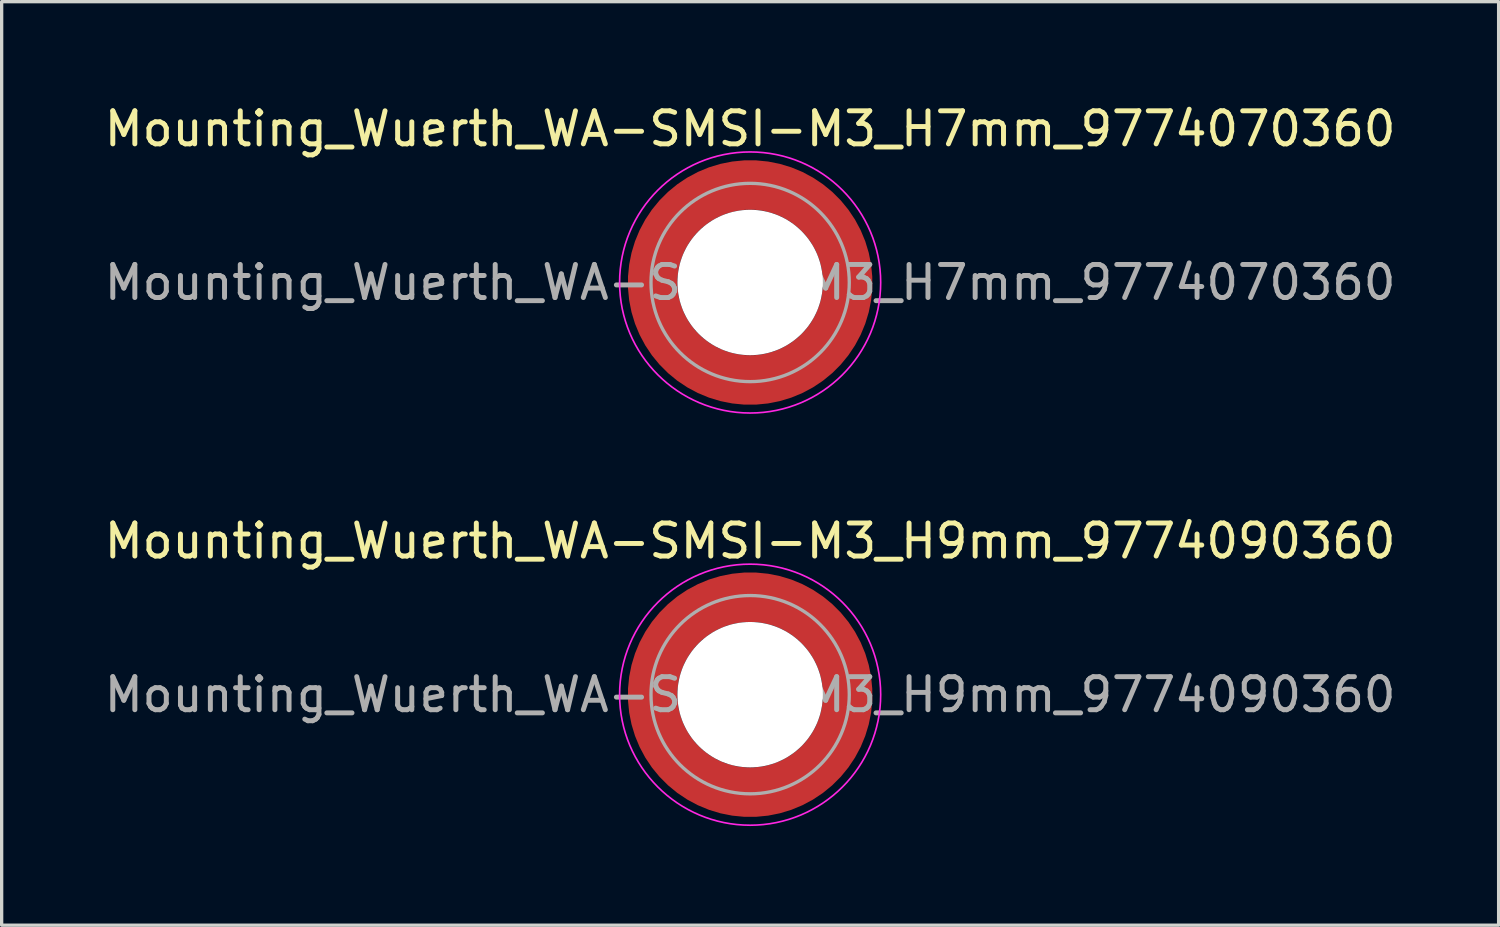
<source format=kicad_pcb>
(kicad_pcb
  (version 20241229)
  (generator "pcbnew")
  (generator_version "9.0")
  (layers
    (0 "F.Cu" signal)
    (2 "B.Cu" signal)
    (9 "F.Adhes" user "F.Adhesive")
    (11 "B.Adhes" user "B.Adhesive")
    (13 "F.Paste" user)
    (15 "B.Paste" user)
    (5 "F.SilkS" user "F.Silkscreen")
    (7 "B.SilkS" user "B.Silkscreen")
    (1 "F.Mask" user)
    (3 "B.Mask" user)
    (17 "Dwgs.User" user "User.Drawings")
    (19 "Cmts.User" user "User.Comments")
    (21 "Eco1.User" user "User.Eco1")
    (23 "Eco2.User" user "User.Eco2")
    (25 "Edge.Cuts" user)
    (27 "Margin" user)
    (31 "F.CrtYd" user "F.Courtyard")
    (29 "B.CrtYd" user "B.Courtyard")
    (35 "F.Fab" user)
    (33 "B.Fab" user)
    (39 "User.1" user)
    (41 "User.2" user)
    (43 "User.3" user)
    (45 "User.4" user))
  (footprint "Mounting_Wuerth_WA-SMSI-M3_H7mm_9774070360"
    (layer "F.Cu")
    (at 19.649 5.498)
    (property "Reference" "Mounting_Wuerth_WA-SMSI-M3_H7mm_9774070360" (at 0 -4.65 0) (layer "F.SilkS") (effects (font (size 1 1) (thickness 0.15))))
    (attr smd)
    (fp_circle (center 0 0) (end 3.95 0) (stroke (width 0.05) (type solid)) (fill no) (layer "F.CrtYd"))
    (fp_circle (center 0 0) (end 3 0) (stroke (width 0.1) (type solid)) (fill no) (layer "F.Fab"))
    (fp_text user "${REFERENCE}" (at 0 0 0) (layer "F.Fab") (effects (font (size 1 1) (thickness 0.15))))
    (pad "" smd custom (at -2.058 -2.058) (size 0.7 0.7) (layers "F.Paste") (options (anchor circle)) (primitives (gr_arc (start -0.377294 1.707681) (mid 0.318198 0.318198) (end 1.707681 -0.377294) (width 0.2)) (gr_arc (start -0.478281 1.707681) (mid 0.247487 0.247487) (end 1.707681 -0.478281) (width 0.2)) (gr_arc (start -0.579192 1.707681) (mid 0.176777 0.176777) (end 1.707681 -0.579192) (width 0.2)) (gr_arc (start -0.680037 1.707681) (mid 0.106066 0.106066) (end 1.707681 -0.680037) (width 0.2)) (gr_arc (start -0.780822 1.707681) (mid 0.035356 0.035356) (end 1.707681 -0.780822) (width 0.2)) (gr_arc (start -0.881554 1.707681) (mid -0.035355 -0.035355) (end 1.707681 -0.881554) (width 0.2)) (gr_arc (start -0.982237 1.707681) (mid -0.106066 -0.106066) (end 1.707681 -0.982237) (width 0.2)) (gr_arc (start -1.082877 1.707681) (mid -0.176777 -0.176777) (end 1.707681 -1.082877) (width 0.2)) (gr_arc (start -1.183476 1.707681) (mid -0.247487 -0.247487) (end 1.707681 -1.183476) (width 0.2)) (gr_arc (start -1.28404 1.707681) (mid -0.318198 -0.318198) (end 1.707681 -1.28404) (width 0.2)) (gr_line (start 1.708 -0.377) (end 1.708 -1.284) (width 0.2)) (gr_line (start -0.377 1.708) (end -1.284 1.708) (width 0.2))))
    (pad "" smd custom (at -2.058 2.058) (size 0.7 0.7) (layers "F.Paste") (options (anchor circle)) (primitives (gr_arc (start 1.707681 0.377294) (mid 0.318198 -0.318198) (end -0.377294 -1.707681) (width 0.2)) (gr_arc (start 1.707681 0.478281) (mid 0.247487 -0.247487) (end -0.478281 -1.707681) (width 0.2)) (gr_arc (start 1.707681 0.579192) (mid 0.176777 -0.176777) (end -0.579192 -1.707681) (width 0.2)) (gr_arc (start 1.707681 0.680037) (mid 0.106066 -0.106066) (end -0.680037 -1.707681) (width 0.2)) (gr_arc (start 1.707681 0.780822) (mid 0.035356 -0.035356) (end -0.780822 -1.707681) (width 0.2)) (gr_arc (start 1.707681 0.881554) (mid -0.035355 0.035355) (end -0.881554 -1.707681) (width 0.2)) (gr_arc (start 1.707681 0.982237) (mid -0.106066 0.106066) (end -0.982237 -1.707681) (width 0.2)) (gr_arc (start 1.707681 1.082877) (mid -0.176777 0.176777) (end -1.082877 -1.707681) (width 0.2)) (gr_arc (start 1.707681 1.183476) (mid -0.247487 0.247487) (end -1.183476 -1.707681) (width 0.2)) (gr_arc (start 1.707681 1.28404) (mid -0.318198 0.318198) (end -1.28404 -1.707681) (width 0.2)) (gr_line (start -0.377 -1.708) (end -1.284 -1.708) (width 0.2)) (gr_line (start 1.708 0.377) (end 1.708 1.284) (width 0.2))))
    (pad "" np_thru_hole circle (at 0 0) (size 4.4 4.4) (drill 4.4) (layers "*.Cu" "*.Mask"))
    (pad "" smd custom (at 2.058 -2.058) (size 0.7 0.7) (layers "F.Paste") (options (anchor circle)) (primitives (gr_arc (start -1.707681 -0.377294) (mid -0.318198 0.318198) (end 0.377294 1.707681) (width 0.2)) (gr_arc (start -1.707681 -0.478281) (mid -0.247487 0.247487) (end 0.478281 1.707681) (width 0.2)) (gr_arc (start -1.707681 -0.579192) (mid -0.176777 0.176777) (end 0.579192 1.707681) (width 0.2)) (gr_arc (start -1.707681 -0.680037) (mid -0.106066 0.106066) (end 0.680037 1.707681) (width 0.2)) (gr_arc (start -1.707681 -0.780822) (mid -0.035356 0.035356) (end 0.780822 1.707681) (width 0.2)) (gr_arc (start -1.707681 -0.881554) (mid 0.035355 -0.035355) (end 0.881554 1.707681) (width 0.2)) (gr_arc (start -1.707681 -0.982237) (mid 0.106066 -0.106066) (end 0.982237 1.707681) (width 0.2)) (gr_arc (start -1.707681 -1.082877) (mid 0.176777 -0.176777) (end 1.082877 1.707681) (width 0.2)) (gr_arc (start -1.707681 -1.183476) (mid 0.247487 -0.247487) (end 1.183476 1.707681) (width 0.2)) (gr_arc (start -1.707681 -1.28404) (mid 0.318198 -0.318198) (end 1.28404 1.707681) (width 0.2)) (gr_line (start 0.377 1.708) (end 1.284 1.708) (width 0.2)) (gr_line (start -1.708 -0.377) (end -1.708 -1.284) (width 0.2))))
    (pad "" smd custom (at 2.058 2.058) (size 0.7 0.7) (layers "F.Paste") (options (anchor circle)) (primitives (gr_arc (start 0.377294 -1.707681) (mid -0.318198 -0.318198) (end -1.707681 0.377294) (width 0.2)) (gr_arc (start 0.478281 -1.707681) (mid -0.247487 -0.247487) (end -1.707681 0.478281) (width 0.2)) (gr_arc (start 0.579192 -1.707681) (mid -0.176777 -0.176777) (end -1.707681 0.579192) (width 0.2)) (gr_arc (start 0.680037 -1.707681) (mid -0.106066 -0.106066) (end -1.707681 0.680037) (width 0.2)) (gr_arc (start 0.780822 -1.707681) (mid -0.035356 -0.035356) (end -1.707681 0.780822) (width 0.2)) (gr_arc (start 0.881554 -1.707681) (mid 0.035355 0.035355) (end -1.707681 0.881554) (width 0.2)) (gr_arc (start 0.982237 -1.707681) (mid 0.106066 0.106066) (end -1.707681 0.982237) (width 0.2)) (gr_arc (start 1.082877 -1.707681) (mid 0.176777 0.176777) (end -1.707681 1.082877) (width 0.2)) (gr_arc (start 1.183476 -1.707681) (mid 0.247487 0.247487) (end -1.707681 1.183476) (width 0.2)) (gr_arc (start 1.28404 -1.707681) (mid 0.318198 0.318198) (end -1.707681 1.28404) (width 0.2)) (gr_line (start -1.708 0.377) (end -1.708 1.284) (width 0.2)) (gr_line (start 0.377 -1.708) (end 1.284 -1.708) (width 0.2))))
    (pad "1" smd circle (at -2.95 0) (size 1.1 1.1) (layers "F.Cu"))
    (pad "1" smd circle (at 0 -2.95) (size 1.1 1.1) (layers "F.Cu"))
    (pad "1" smd circle (at 0 2.95) (size 1.1 1.1) (layers "F.Cu"))
    (pad "1" smd custom (at 2.95 0) (size 1.1 1.1) (layers "F.Cu" "F.Mask") (options (anchor circle)) (primitives (gr_circle (center -2.95 0) (end 0 0) (width 1.5) (fill no)))))
  (footprint "Mounting_Wuerth_WA-SMSI-M3_H9mm_9774090360"
    (layer "F.Cu")
    (at 19.649 17.971)
    (property "Reference" "Mounting_Wuerth_WA-SMSI-M3_H9mm_9774090360" (at 0 -4.65 0) (layer "F.SilkS") (effects (font (size 1 1) (thickness 0.15))))
    (attr smd)
    (fp_circle (center 0 0) (end 3.95 0) (stroke (width 0.05) (type solid)) (fill no) (layer "F.CrtYd"))
    (fp_circle (center 0 0) (end 3 0) (stroke (width 0.1) (type solid)) (fill no) (layer "F.Fab"))
    (fp_text user "${REFERENCE}" (at 0 0 0) (layer "F.Fab") (effects (font (size 1 1) (thickness 0.15))))
    (pad "" smd custom (at -2.058 -2.058) (size 0.7 0.7) (layers "F.Paste") (options (anchor circle)) (primitives (gr_arc (start -0.377294 1.707681) (mid 0.318198 0.318198) (end 1.707681 -0.377294) (width 0.2)) (gr_arc (start -0.478281 1.707681) (mid 0.247487 0.247487) (end 1.707681 -0.478281) (width 0.2)) (gr_arc (start -0.579192 1.707681) (mid 0.176777 0.176777) (end 1.707681 -0.579192) (width 0.2)) (gr_arc (start -0.680037 1.707681) (mid 0.106066 0.106066) (end 1.707681 -0.680037) (width 0.2)) (gr_arc (start -0.780822 1.707681) (mid 0.035356 0.035356) (end 1.707681 -0.780822) (width 0.2)) (gr_arc (start -0.881554 1.707681) (mid -0.035355 -0.035355) (end 1.707681 -0.881554) (width 0.2)) (gr_arc (start -0.982237 1.707681) (mid -0.106066 -0.106066) (end 1.707681 -0.982237) (width 0.2)) (gr_arc (start -1.082877 1.707681) (mid -0.176777 -0.176777) (end 1.707681 -1.082877) (width 0.2)) (gr_arc (start -1.183476 1.707681) (mid -0.247487 -0.247487) (end 1.707681 -1.183476) (width 0.2)) (gr_arc (start -1.28404 1.707681) (mid -0.318198 -0.318198) (end 1.707681 -1.28404) (width 0.2)) (gr_line (start 1.708 -0.377) (end 1.708 -1.284) (width 0.2)) (gr_line (start -0.377 1.708) (end -1.284 1.708) (width 0.2))))
    (pad "" smd custom (at -2.058 2.058) (size 0.7 0.7) (layers "F.Paste") (options (anchor circle)) (primitives (gr_arc (start 1.707681 0.377294) (mid 0.318198 -0.318198) (end -0.377294 -1.707681) (width 0.2)) (gr_arc (start 1.707681 0.478281) (mid 0.247487 -0.247487) (end -0.478281 -1.707681) (width 0.2)) (gr_arc (start 1.707681 0.579192) (mid 0.176777 -0.176777) (end -0.579192 -1.707681) (width 0.2)) (gr_arc (start 1.707681 0.680037) (mid 0.106066 -0.106066) (end -0.680037 -1.707681) (width 0.2)) (gr_arc (start 1.707681 0.780822) (mid 0.035356 -0.035356) (end -0.780822 -1.707681) (width 0.2)) (gr_arc (start 1.707681 0.881554) (mid -0.035355 0.035355) (end -0.881554 -1.707681) (width 0.2)) (gr_arc (start 1.707681 0.982237) (mid -0.106066 0.106066) (end -0.982237 -1.707681) (width 0.2)) (gr_arc (start 1.707681 1.082877) (mid -0.176777 0.176777) (end -1.082877 -1.707681) (width 0.2)) (gr_arc (start 1.707681 1.183476) (mid -0.247487 0.247487) (end -1.183476 -1.707681) (width 0.2)) (gr_arc (start 1.707681 1.28404) (mid -0.318198 0.318198) (end -1.28404 -1.707681) (width 0.2)) (gr_line (start -0.377 -1.708) (end -1.284 -1.708) (width 0.2)) (gr_line (start 1.708 0.377) (end 1.708 1.284) (width 0.2))))
    (pad "" np_thru_hole circle (at 0 0) (size 4.4 4.4) (drill 4.4) (layers "*.Cu" "*.Mask"))
    (pad "" smd custom (at 2.058 -2.058) (size 0.7 0.7) (layers "F.Paste") (options (anchor circle)) (primitives (gr_arc (start -1.707681 -0.377294) (mid -0.318198 0.318198) (end 0.377294 1.707681) (width 0.2)) (gr_arc (start -1.707681 -0.478281) (mid -0.247487 0.247487) (end 0.478281 1.707681) (width 0.2)) (gr_arc (start -1.707681 -0.579192) (mid -0.176777 0.176777) (end 0.579192 1.707681) (width 0.2)) (gr_arc (start -1.707681 -0.680037) (mid -0.106066 0.106066) (end 0.680037 1.707681) (width 0.2)) (gr_arc (start -1.707681 -0.780822) (mid -0.035356 0.035356) (end 0.780822 1.707681) (width 0.2)) (gr_arc (start -1.707681 -0.881554) (mid 0.035355 -0.035355) (end 0.881554 1.707681) (width 0.2)) (gr_arc (start -1.707681 -0.982237) (mid 0.106066 -0.106066) (end 0.982237 1.707681) (width 0.2)) (gr_arc (start -1.707681 -1.082877) (mid 0.176777 -0.176777) (end 1.082877 1.707681) (width 0.2)) (gr_arc (start -1.707681 -1.183476) (mid 0.247487 -0.247487) (end 1.183476 1.707681) (width 0.2)) (gr_arc (start -1.707681 -1.28404) (mid 0.318198 -0.318198) (end 1.28404 1.707681) (width 0.2)) (gr_line (start 0.377 1.708) (end 1.284 1.708) (width 0.2)) (gr_line (start -1.708 -0.377) (end -1.708 -1.284) (width 0.2))))
    (pad "" smd custom (at 2.058 2.058) (size 0.7 0.7) (layers "F.Paste") (options (anchor circle)) (primitives (gr_arc (start 0.377294 -1.707681) (mid -0.318198 -0.318198) (end -1.707681 0.377294) (width 0.2)) (gr_arc (start 0.478281 -1.707681) (mid -0.247487 -0.247487) (end -1.707681 0.478281) (width 0.2)) (gr_arc (start 0.579192 -1.707681) (mid -0.176777 -0.176777) (end -1.707681 0.579192) (width 0.2)) (gr_arc (start 0.680037 -1.707681) (mid -0.106066 -0.106066) (end -1.707681 0.680037) (width 0.2)) (gr_arc (start 0.780822 -1.707681) (mid -0.035356 -0.035356) (end -1.707681 0.780822) (width 0.2)) (gr_arc (start 0.881554 -1.707681) (mid 0.035355 0.035355) (end -1.707681 0.881554) (width 0.2)) (gr_arc (start 0.982237 -1.707681) (mid 0.106066 0.106066) (end -1.707681 0.982237) (width 0.2)) (gr_arc (start 1.082877 -1.707681) (mid 0.176777 0.176777) (end -1.707681 1.082877) (width 0.2)) (gr_arc (start 1.183476 -1.707681) (mid 0.247487 0.247487) (end -1.707681 1.183476) (width 0.2)) (gr_arc (start 1.28404 -1.707681) (mid 0.318198 0.318198) (end -1.707681 1.28404) (width 0.2)) (gr_line (start -1.708 0.377) (end -1.708 1.284) (width 0.2)) (gr_line (start 0.377 -1.708) (end 1.284 -1.708) (width 0.2))))
    (pad "1" smd circle (at -2.95 0) (size 1.1 1.1) (layers "F.Cu"))
    (pad "1" smd circle (at 0 -2.95) (size 1.1 1.1) (layers "F.Cu"))
    (pad "1" smd circle (at 0 2.95) (size 1.1 1.1) (layers "F.Cu"))
    (pad "1" smd custom (at 2.95 0) (size 1.1 1.1) (layers "F.Cu" "F.Mask") (options (anchor circle)) (primitives (gr_circle (center -2.95 0) (end 0 0) (width 1.5) (fill no)))))
  (gr_rect
    (start -3 -3)
    (end 42.298 24.947)
    (stroke (width 0.1) (type default))
    (fill no)
    (layer "Edge.Cuts")))
</source>
